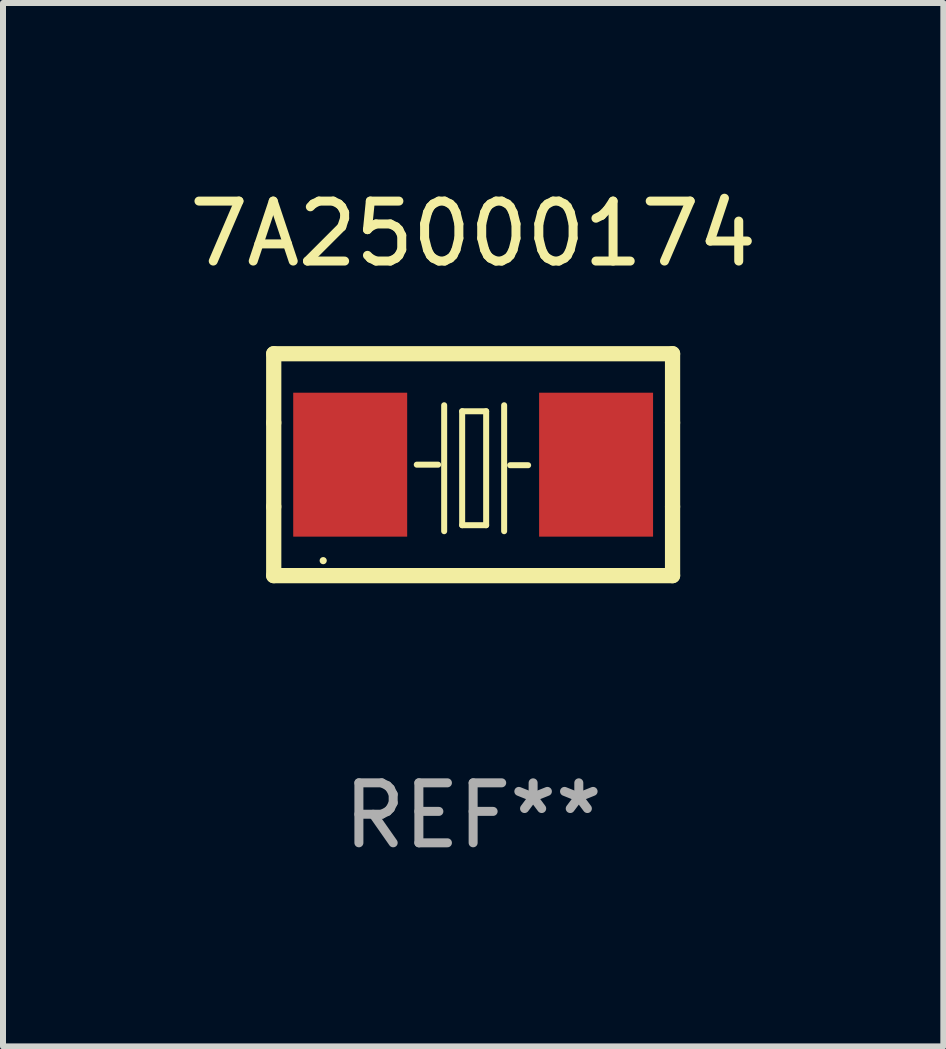
<source format=kicad_pcb>
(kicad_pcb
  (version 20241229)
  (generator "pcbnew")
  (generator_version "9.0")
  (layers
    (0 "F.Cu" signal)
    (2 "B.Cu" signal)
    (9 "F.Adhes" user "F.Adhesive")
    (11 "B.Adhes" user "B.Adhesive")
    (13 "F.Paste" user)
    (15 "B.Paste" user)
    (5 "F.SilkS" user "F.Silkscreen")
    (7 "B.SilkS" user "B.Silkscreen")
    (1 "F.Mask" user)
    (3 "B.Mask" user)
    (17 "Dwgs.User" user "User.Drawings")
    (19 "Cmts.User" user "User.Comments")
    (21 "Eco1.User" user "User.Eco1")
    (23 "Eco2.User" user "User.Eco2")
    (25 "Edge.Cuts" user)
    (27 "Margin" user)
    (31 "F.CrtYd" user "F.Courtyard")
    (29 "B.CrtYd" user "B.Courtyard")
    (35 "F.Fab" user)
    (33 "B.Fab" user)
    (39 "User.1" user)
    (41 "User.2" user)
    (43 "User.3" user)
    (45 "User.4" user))
  (footprint "7A25000174"
    (layer "F.Cu")
    (at 4.839 4.698)
    (property "Reference" "7A25000174" (at 0 -3.85 0) (layer "F.SilkS") (effects (font (size 1 1) (thickness 0.15))))
    (attr through_hole)
    (fp_line (start -3.325 0.7) (end -3.325 -0.7) (stroke (width 0.254) (type solid)) (layer "F.SilkS"))
    (fp_line (start -3.325 -1.85) (end 3.325 -1.85) (stroke (width 0.254) (type solid)) (layer "F.SilkS"))
    (fp_line (start -3.325 -0.7) (end -3.325 -1.85) (stroke (width 0.254) (type solid)) (layer "F.SilkS"))
    (fp_line (start -3.325 1.85) (end -3.325 0.7) (stroke (width 0.254) (type solid)) (layer "F.SilkS"))
    (fp_line (start -0.94 -0.000127) (end -0.584 -0.000127) (stroke (width 0.1) (type solid)) (layer "F.SilkS"))
    (fp_line (start -0.483 -0.991) (end -0.483 1.109) (stroke (width 0.1) (type solid)) (layer "F.SilkS"))
    (fp_line (start -0.183 -0.891) (end -0.183 1.009) (stroke (width 0.1) (type solid)) (layer "F.SilkS"))
    (fp_line (start -0.183 1.009) (end 0.217 1.009) (stroke (width 0.1) (type solid)) (layer "F.SilkS"))
    (fp_line (start 0.217 -0.891) (end -0.183 -0.891) (stroke (width 0.1) (type solid)) (layer "F.SilkS"))
    (fp_line (start 0.217 1.009) (end 0.217 -0.891) (stroke (width 0.1) (type solid)) (layer "F.SilkS"))
    (fp_line (start 0.517 -0.991) (end 0.517 1.109) (stroke (width 0.1) (type solid)) (layer "F.SilkS"))
    (fp_line (start 0.617 0.009) (end 0.917 0.009) (stroke (width 0.1) (type solid)) (layer "F.SilkS"))
    (fp_line (start 3.325 -1.85) (end 3.325 -0.7) (stroke (width 0.254) (type solid)) (layer "F.SilkS"))
    (fp_line (start 3.325 0.7) (end 3.325 1.85) (stroke (width 0.254) (type solid)) (layer "F.SilkS"))
    (fp_line (start 3.325 1.85) (end -3.325 1.85) (stroke (width 0.254) (type solid)) (layer "F.SilkS"))
    (fp_line (start 3.325 -0.7) (end 3.325 0.7) (stroke (width 0.254) (type solid)) (layer "F.SilkS"))
    (fp_circle (center -2.5 1.6) (end -2.47 1.6) (stroke (width 0.06) (type solid)) (fill no) (layer "F.SilkS"))
    (fp_text user "REF**" (at 0 5.85 0) (layer "F.Fab") (effects (font (size 1 1) (thickness 0.15))))
    (pad "1" smd rect (at -2.05 -0.000127) (size 1.9 2.4) (layers "F.Cu" "F.Mask" "F.Paste"))
    (pad "2" smd rect (at 2.05 -0.000127) (size 1.9 2.4) (layers "F.Cu" "F.Mask" "F.Paste")))
  (gr_rect
    (start -3 -3)
    (end 12.679 14.397)
    (stroke (width 0.1) (type default))
    (fill no)
    (layer "Edge.Cuts")))
</source>
